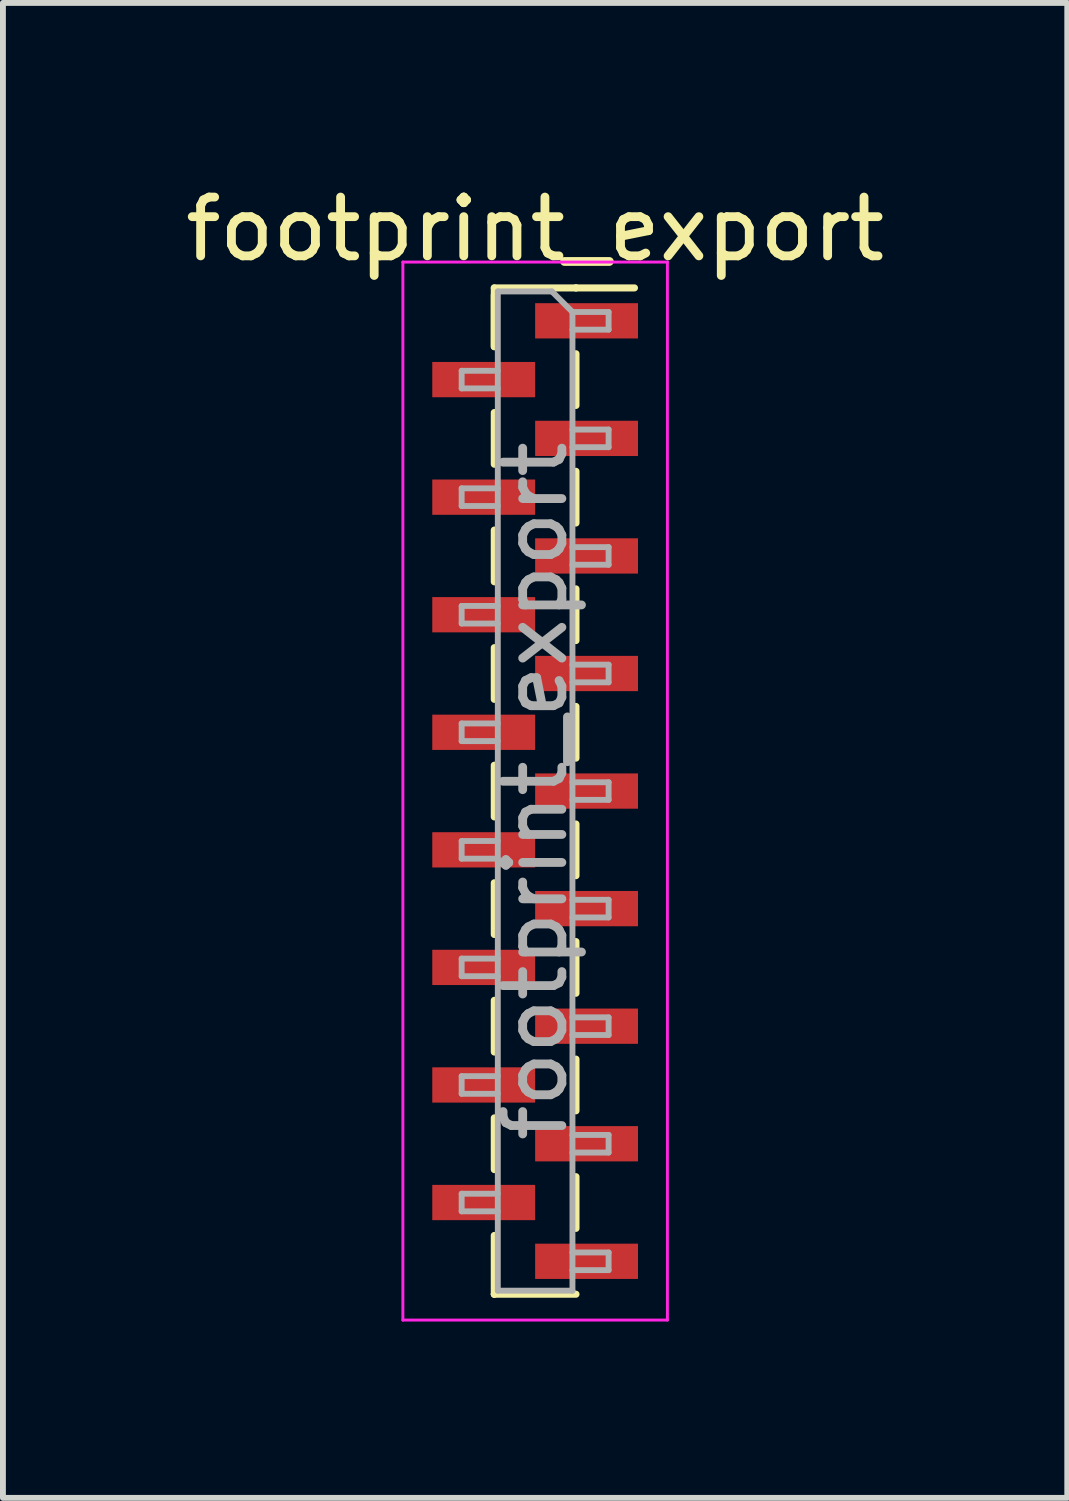
<source format=kicad_pcb>
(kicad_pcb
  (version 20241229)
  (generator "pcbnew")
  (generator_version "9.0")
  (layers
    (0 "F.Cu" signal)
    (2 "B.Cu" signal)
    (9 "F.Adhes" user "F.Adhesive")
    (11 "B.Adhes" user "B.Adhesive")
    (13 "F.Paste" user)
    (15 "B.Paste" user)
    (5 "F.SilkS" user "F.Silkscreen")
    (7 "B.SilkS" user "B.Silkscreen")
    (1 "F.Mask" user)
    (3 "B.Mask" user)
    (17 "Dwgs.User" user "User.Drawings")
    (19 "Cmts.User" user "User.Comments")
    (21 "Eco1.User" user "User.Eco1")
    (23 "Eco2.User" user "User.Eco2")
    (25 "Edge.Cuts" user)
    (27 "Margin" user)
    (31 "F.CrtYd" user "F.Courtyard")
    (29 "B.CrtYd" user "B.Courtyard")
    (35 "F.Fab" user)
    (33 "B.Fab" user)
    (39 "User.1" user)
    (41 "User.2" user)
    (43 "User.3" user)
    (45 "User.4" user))
  (footprint "footprint_export"
    (layer "F.Cu")
    (at 6.054 10.408)
    (property "Reference" "footprint_export" (at 0 -9.56 0) (layer "F.SilkS") (effects (font (size 1 1) (thickness 0.15))))
    (attr smd)
    (fp_line (start -0.695 -8.56) (end -0.695 -7.56) (stroke (width 0.12) (type solid)) (layer "F.SilkS"))
    (fp_line (start -0.695 -8.56) (end 0.695 -8.56) (stroke (width 0.12) (type solid)) (layer "F.SilkS"))
    (fp_line (start -0.695 -8.44) (end -0.695 -7.56) (stroke (width 0.12) (type solid)) (layer "F.SilkS"))
    (fp_line (start -0.695 -6.44) (end -0.695 -5.56) (stroke (width 0.12) (type solid)) (layer "F.SilkS"))
    (fp_line (start -0.695 -4.44) (end -0.695 -3.56) (stroke (width 0.12) (type solid)) (layer "F.SilkS"))
    (fp_line (start -0.695 -2.44) (end -0.695 -1.56) (stroke (width 0.12) (type solid)) (layer "F.SilkS"))
    (fp_line (start -0.695 -0.44) (end -0.695 0.44) (stroke (width 0.12) (type solid)) (layer "F.SilkS"))
    (fp_line (start -0.695 1.56) (end -0.695 2.44) (stroke (width 0.12) (type solid)) (layer "F.SilkS"))
    (fp_line (start -0.695 3.56) (end -0.695 4.44) (stroke (width 0.12) (type solid)) (layer "F.SilkS"))
    (fp_line (start -0.695 5.56) (end -0.695 6.44) (stroke (width 0.12) (type solid)) (layer "F.SilkS"))
    (fp_line (start -0.695 7.56) (end -0.695 8.56) (stroke (width 0.12) (type solid)) (layer "F.SilkS"))
    (fp_line (start -0.695 8.56) (end -0.695 8.56) (stroke (width 0.12) (type solid)) (layer "F.SilkS"))
    (fp_line (start -0.695 8.56) (end 0.695 8.56) (stroke (width 0.12) (type solid)) (layer "F.SilkS"))
    (fp_line (start 0.695 -8.56) (end 0.695 -8.56) (stroke (width 0.12) (type solid)) (layer "F.SilkS"))
    (fp_line (start 0.695 -8.56) (end 1.69 -8.56) (stroke (width 0.12) (type solid)) (layer "F.SilkS"))
    (fp_line (start 0.695 -7.44) (end 0.695 -6.56) (stroke (width 0.12) (type solid)) (layer "F.SilkS"))
    (fp_line (start 0.695 -5.44) (end 0.695 -4.56) (stroke (width 0.12) (type solid)) (layer "F.SilkS"))
    (fp_line (start 0.695 -3.44) (end 0.695 -2.56) (stroke (width 0.12) (type solid)) (layer "F.SilkS"))
    (fp_line (start 0.695 -1.44) (end 0.695 -0.56) (stroke (width 0.12) (type solid)) (layer "F.SilkS"))
    (fp_line (start 0.695 0.56) (end 0.695 1.44) (stroke (width 0.12) (type solid)) (layer "F.SilkS"))
    (fp_line (start 0.695 2.56) (end 0.695 3.44) (stroke (width 0.12) (type solid)) (layer "F.SilkS"))
    (fp_line (start 0.695 4.56) (end 0.695 5.44) (stroke (width 0.12) (type solid)) (layer "F.SilkS"))
    (fp_line (start 0.695 6.56) (end 0.695 7.44) (stroke (width 0.12) (type solid)) (layer "F.SilkS"))
    (fp_line (start -2.25 -9) (end -2.25 9) (stroke (width 0.05) (type solid)) (layer "F.CrtYd"))
    (fp_line (start -2.25 9) (end 2.25 9) (stroke (width 0.05) (type solid)) (layer "F.CrtYd"))
    (fp_line (start 2.25 -9) (end -2.25 -9) (stroke (width 0.05) (type solid)) (layer "F.CrtYd"))
    (fp_line (start 2.25 9) (end 2.25 -9) (stroke (width 0.05) (type solid)) (layer "F.CrtYd"))
    (fp_line (start -1.25 -7.15) (end -1.25 -6.85) (stroke (width 0.1) (type solid)) (layer "F.Fab"))
    (fp_line (start -1.25 -6.85) (end -0.635 -6.85) (stroke (width 0.1) (type solid)) (layer "F.Fab"))
    (fp_line (start -1.25 -5.15) (end -1.25 -4.85) (stroke (width 0.1) (type solid)) (layer "F.Fab"))
    (fp_line (start -1.25 -4.85) (end -0.635 -4.85) (stroke (width 0.1) (type solid)) (layer "F.Fab"))
    (fp_line (start -1.25 -3.15) (end -1.25 -2.85) (stroke (width 0.1) (type solid)) (layer "F.Fab"))
    (fp_line (start -1.25 -2.85) (end -0.635 -2.85) (stroke (width 0.1) (type solid)) (layer "F.Fab"))
    (fp_line (start -1.25 -1.15) (end -1.25 -0.85) (stroke (width 0.1) (type solid)) (layer "F.Fab"))
    (fp_line (start -1.25 -0.85) (end -0.635 -0.85) (stroke (width 0.1) (type solid)) (layer "F.Fab"))
    (fp_line (start -1.25 0.85) (end -1.25 1.15) (stroke (width 0.1) (type solid)) (layer "F.Fab"))
    (fp_line (start -1.25 1.15) (end -0.635 1.15) (stroke (width 0.1) (type solid)) (layer "F.Fab"))
    (fp_line (start -1.25 2.85) (end -1.25 3.15) (stroke (width 0.1) (type solid)) (layer "F.Fab"))
    (fp_line (start -1.25 3.15) (end -0.635 3.15) (stroke (width 0.1) (type solid)) (layer "F.Fab"))
    (fp_line (start -1.25 4.85) (end -1.25 5.15) (stroke (width 0.1) (type solid)) (layer "F.Fab"))
    (fp_line (start -1.25 5.15) (end -0.635 5.15) (stroke (width 0.1) (type solid)) (layer "F.Fab"))
    (fp_line (start -1.25 6.85) (end -1.25 7.15) (stroke (width 0.1) (type solid)) (layer "F.Fab"))
    (fp_line (start -1.25 7.15) (end -0.635 7.15) (stroke (width 0.1) (type solid)) (layer "F.Fab"))
    (fp_line (start -0.635 -8.5) (end -0.635 8.5) (stroke (width 0.1) (type solid)) (layer "F.Fab"))
    (fp_line (start -0.635 -8.5) (end 0.285 -8.5) (stroke (width 0.1) (type solid)) (layer "F.Fab"))
    (fp_line (start -0.635 -7.15) (end -1.25 -7.15) (stroke (width 0.1) (type solid)) (layer "F.Fab"))
    (fp_line (start -0.635 -5.15) (end -1.25 -5.15) (stroke (width 0.1) (type solid)) (layer "F.Fab"))
    (fp_line (start -0.635 -3.15) (end -1.25 -3.15) (stroke (width 0.1) (type solid)) (layer "F.Fab"))
    (fp_line (start -0.635 -1.15) (end -1.25 -1.15) (stroke (width 0.1) (type solid)) (layer "F.Fab"))
    (fp_line (start -0.635 0.85) (end -1.25 0.85) (stroke (width 0.1) (type solid)) (layer "F.Fab"))
    (fp_line (start -0.635 2.85) (end -1.25 2.85) (stroke (width 0.1) (type solid)) (layer "F.Fab"))
    (fp_line (start -0.635 4.85) (end -1.25 4.85) (stroke (width 0.1) (type solid)) (layer "F.Fab"))
    (fp_line (start -0.635 6.85) (end -1.25 6.85) (stroke (width 0.1) (type solid)) (layer "F.Fab"))
    (fp_line (start 0.635 -8.15) (end 0.285 -8.5) (stroke (width 0.1) (type solid)) (layer "F.Fab"))
    (fp_line (start 0.635 -8.15) (end 1.25 -8.15) (stroke (width 0.1) (type solid)) (layer "F.Fab"))
    (fp_line (start 0.635 -6.15) (end 1.25 -6.15) (stroke (width 0.1) (type solid)) (layer "F.Fab"))
    (fp_line (start 0.635 -4.15) (end 1.25 -4.15) (stroke (width 0.1) (type solid)) (layer "F.Fab"))
    (fp_line (start 0.635 -2.15) (end 1.25 -2.15) (stroke (width 0.1) (type solid)) (layer "F.Fab"))
    (fp_line (start 0.635 -0.15) (end 1.25 -0.15) (stroke (width 0.1) (type solid)) (layer "F.Fab"))
    (fp_line (start 0.635 1.85) (end 1.25 1.85) (stroke (width 0.1) (type solid)) (layer "F.Fab"))
    (fp_line (start 0.635 3.85) (end 1.25 3.85) (stroke (width 0.1) (type solid)) (layer "F.Fab"))
    (fp_line (start 0.635 5.85) (end 1.25 5.85) (stroke (width 0.1) (type solid)) (layer "F.Fab"))
    (fp_line (start 0.635 7.85) (end 1.25 7.85) (stroke (width 0.1) (type solid)) (layer "F.Fab"))
    (fp_line (start 0.635 8.5) (end -0.635 8.5) (stroke (width 0.1) (type solid)) (layer "F.Fab"))
    (fp_line (start 0.635 8.5) (end 0.635 -8.15) (stroke (width 0.1) (type solid)) (layer "F.Fab"))
    (fp_line (start 1.25 -8.15) (end 1.25 -7.85) (stroke (width 0.1) (type solid)) (layer "F.Fab"))
    (fp_line (start 1.25 -7.85) (end 0.635 -7.85) (stroke (width 0.1) (type solid)) (layer "F.Fab"))
    (fp_line (start 1.25 -6.15) (end 1.25 -5.85) (stroke (width 0.1) (type solid)) (layer "F.Fab"))
    (fp_line (start 1.25 -5.85) (end 0.635 -5.85) (stroke (width 0.1) (type solid)) (layer "F.Fab"))
    (fp_line (start 1.25 -4.15) (end 1.25 -3.85) (stroke (width 0.1) (type solid)) (layer "F.Fab"))
    (fp_line (start 1.25 -3.85) (end 0.635 -3.85) (stroke (width 0.1) (type solid)) (layer "F.Fab"))
    (fp_line (start 1.25 -2.15) (end 1.25 -1.85) (stroke (width 0.1) (type solid)) (layer "F.Fab"))
    (fp_line (start 1.25 -1.85) (end 0.635 -1.85) (stroke (width 0.1) (type solid)) (layer "F.Fab"))
    (fp_line (start 1.25 -0.15) (end 1.25 0.15) (stroke (width 0.1) (type solid)) (layer "F.Fab"))
    (fp_line (start 1.25 0.15) (end 0.635 0.15) (stroke (width 0.1) (type solid)) (layer "F.Fab"))
    (fp_line (start 1.25 1.85) (end 1.25 2.15) (stroke (width 0.1) (type solid)) (layer "F.Fab"))
    (fp_line (start 1.25 2.15) (end 0.635 2.15) (stroke (width 0.1) (type solid)) (layer "F.Fab"))
    (fp_line (start 1.25 3.85) (end 1.25 4.15) (stroke (width 0.1) (type solid)) (layer "F.Fab"))
    (fp_line (start 1.25 4.15) (end 0.635 4.15) (stroke (width 0.1) (type solid)) (layer "F.Fab"))
    (fp_line (start 1.25 5.85) (end 1.25 6.15) (stroke (width 0.1) (type solid)) (layer "F.Fab"))
    (fp_line (start 1.25 6.15) (end 0.635 6.15) (stroke (width 0.1) (type solid)) (layer "F.Fab"))
    (fp_line (start 1.25 7.85) (end 1.25 8.15) (stroke (width 0.1) (type solid)) (layer "F.Fab"))
    (fp_line (start 1.25 8.15) (end 0.635 8.15) (stroke (width 0.1) (type solid)) (layer "F.Fab"))
    (fp_text user "${REFERENCE}" (at 0 0 90) (layer "F.Fab") (effects (font (size 1 1) (thickness 0.15))))
    (pad "1" smd rect (at 0.875 -8) (size 1.75 0.6) (layers "F.Cu" "F.Mask" "F.Paste"))
    (pad "2" smd rect (at -0.875 -7) (size 1.75 0.6) (layers "F.Cu" "F.Mask" "F.Paste"))
    (pad "3" smd rect (at 0.875 -6) (size 1.75 0.6) (layers "F.Cu" "F.Mask" "F.Paste"))
    (pad "4" smd rect (at -0.875 -5) (size 1.75 0.6) (layers "F.Cu" "F.Mask" "F.Paste"))
    (pad "5" smd rect (at 0.875 -4) (size 1.75 0.6) (layers "F.Cu" "F.Mask" "F.Paste"))
    (pad "6" smd rect (at -0.875 -3) (size 1.75 0.6) (layers "F.Cu" "F.Mask" "F.Paste"))
    (pad "7" smd rect (at 0.875 -2) (size 1.75 0.6) (layers "F.Cu" "F.Mask" "F.Paste"))
    (pad "8" smd rect (at -0.875 -1) (size 1.75 0.6) (layers "F.Cu" "F.Mask" "F.Paste"))
    (pad "9" smd rect (at 0.875 0) (size 1.75 0.6) (layers "F.Cu" "F.Mask" "F.Paste"))
    (pad "10" smd rect (at -0.875 1) (size 1.75 0.6) (layers "F.Cu" "F.Mask" "F.Paste"))
    (pad "11" smd rect (at 0.875 2) (size 1.75 0.6) (layers "F.Cu" "F.Mask" "F.Paste"))
    (pad "12" smd rect (at -0.875 3) (size 1.75 0.6) (layers "F.Cu" "F.Mask" "F.Paste"))
    (pad "13" smd rect (at 0.875 4) (size 1.75 0.6) (layers "F.Cu" "F.Mask" "F.Paste"))
    (pad "14" smd rect (at -0.875 5) (size 1.75 0.6) (layers "F.Cu" "F.Mask" "F.Paste"))
    (pad "15" smd rect (at 0.875 6) (size 1.75 0.6) (layers "F.Cu" "F.Mask" "F.Paste"))
    (pad "16" smd rect (at -0.875 7) (size 1.75 0.6) (layers "F.Cu" "F.Mask" "F.Paste"))
    (pad "17" smd rect (at 0.875 8) (size 1.75 0.6) (layers "F.Cu" "F.Mask" "F.Paste")))
  (gr_rect
    (start -3 -3)
    (end 15.107 22.433)
    (stroke (width 0.1) (type default))
    (fill no)
    (layer "Edge.Cuts")))
</source>
